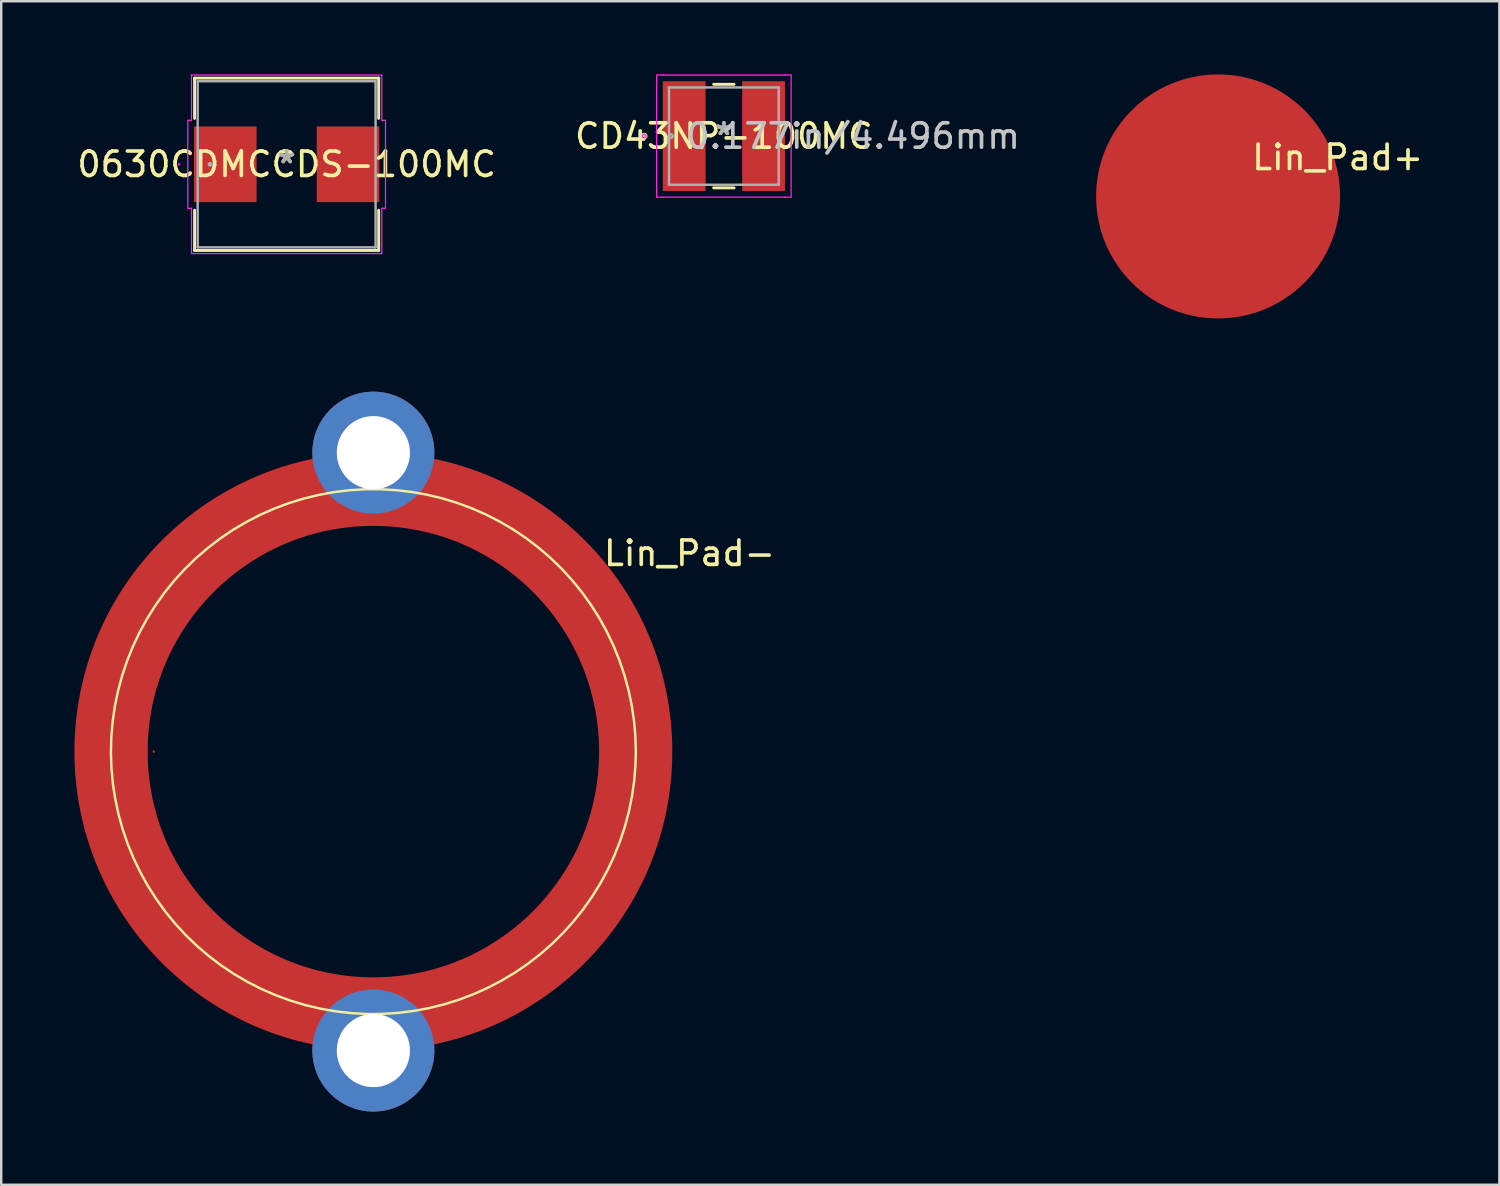
<source format=kicad_pcb>
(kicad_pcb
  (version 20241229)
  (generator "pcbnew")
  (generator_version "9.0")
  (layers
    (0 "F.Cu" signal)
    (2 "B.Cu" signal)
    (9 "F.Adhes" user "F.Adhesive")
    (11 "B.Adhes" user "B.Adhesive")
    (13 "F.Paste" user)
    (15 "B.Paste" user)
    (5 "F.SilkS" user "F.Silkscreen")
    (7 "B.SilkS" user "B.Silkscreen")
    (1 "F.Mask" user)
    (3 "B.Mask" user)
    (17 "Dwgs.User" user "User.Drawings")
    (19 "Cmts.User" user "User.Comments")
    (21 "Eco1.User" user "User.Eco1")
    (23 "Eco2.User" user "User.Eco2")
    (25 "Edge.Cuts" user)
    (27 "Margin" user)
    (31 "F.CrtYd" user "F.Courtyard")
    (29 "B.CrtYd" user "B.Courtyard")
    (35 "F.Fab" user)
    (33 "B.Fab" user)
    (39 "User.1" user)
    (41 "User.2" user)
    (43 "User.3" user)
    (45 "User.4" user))
  (footprint "Lin_Pad+"
    (layer "F.Cu")
    (at 46.867 5)
    (property "Reference" "Lin_Pad+" (at 4.9 -1.6 0) (layer "F.SilkS") (effects (font (size 1 1) (thickness 0.15))))
    (attr through_hole)
    (pad "1" smd circle (at 0 0) (size 10 10) (layers "F.Cu" "F.Mask" "F.Paste")))
  (footprint "Lin_Pad-"
    (layer "F.Cu")
    (at 12.25 27.75)
    (property "Reference" "Lin_Pad-" (at 12.954 -8.128 0) (layer "F.SilkS") (effects (font (size 1 1) (thickness 0.15))))
    (attr through_hole)
    (fp_circle (center 0 0) (end 10.75 0) (stroke (width 3) (type solid)) (fill no) (layer "F.Cu"))
    (fp_circle (center 0 0) (end 10.75 0) (stroke (width 3) (type solid)) (fill no) (layer "F.Mask"))
    (fp_poly (pts (xy 10.755 0) (xy 10.736 -0.638) (xy 10.679 -1.273) (xy 10.585 -1.905) (xy 10.453 -2.529) (xy 10.285 -3.144) (xy 10.08 -3.749) (xy 9.84 -4.34) (xy 9.566 -4.916) (xy 9.257 -5.475) (xy 8.916 -6.014) (xy 8.544 -6.532) (xy 8.141 -7.027) (xy 7.71 -7.498) (xy 7.252 -7.942) (xy 6.768 -8.358) (xy 6.261 -8.745) (xy 5.731 -9.101) (xy 5.181 -9.425) (xy 4.613 -9.715) (xy 4.029 -9.972) (xy 3.43 -10.193) (xy 2.82 -10.379) (xy 2.199 -10.528) (xy 1.571 -10.64) (xy 0.937 -10.714) (xy 0.3 -10.751) (xy -0.338 -10.75) (xy -0.975 -10.711) (xy -1.608 -10.634) (xy -2.236 -10.52) (xy -2.856 -10.369) (xy -3.466 -10.181) (xy -4.064 -9.958) (xy -4.647 -9.699) (xy -5.214 -9.406) (xy -5.763 -9.081) (xy -6.291 -8.723) (xy -6.797 -8.334) (xy -7.28 -7.917) (xy -7.736 -7.471) (xy -8.166 -6.999) (xy -8.567 -6.502) (xy -8.937 -5.983) (xy -9.276 -5.442) (xy -9.583 -4.883) (xy -9.855 -4.306) (xy -10.093 -3.714) (xy -10.296 -3.109) (xy -10.462 -2.492) (xy -10.592 -1.868) (xy -10.684 -1.236) (xy -10.738 -0.6) (xy -10.755 0.038) (xy -10.734 0.675) (xy -10.675 1.311) (xy -10.578 1.941) (xy -10.444 2.565) (xy -10.274 3.18) (xy -10.067 3.784) (xy -9.825 4.374) (xy -9.548 4.949) (xy -9.238 5.507) (xy -8.895 6.045) (xy -8.521 6.562) (xy -8.117 7.056) (xy -7.684 7.525) (xy -7.224 7.967) (xy -6.739 8.382) (xy -6.23 8.767) (xy -5.699 9.121) (xy -5.148 9.443) (xy -4.579 9.731) (xy -3.994 9.986) (xy -3.395 10.205) (xy -2.784 10.388) (xy -2.163 10.535) (xy -1.534 10.645) (xy -0.9 10.717) (xy -0.263 10.752) (xy 0.375 10.748) (xy 1.012 10.707) (xy 1.645 10.628) (xy 2.273 10.512) (xy 2.892 10.359) (xy 3.501 10.169) (xy 4.098 9.943) (xy 4.681 9.683) (xy 5.247 9.388) (xy 5.794 9.06) (xy 6.322 8.701) (xy 6.826 8.311) (xy 7.307 7.891) (xy 7.762 7.444) (xy 8.19 6.97) (xy 8.589 6.472) (xy 8.958 5.952) (xy 9.295 5.41) (xy 9.6 4.849) (xy 9.87 4.271) (xy 10.106 3.678) (xy 10.307 3.073) (xy 10.471 2.456) (xy 10.598 1.831) (xy 10.688 1.199) (xy 10.74 0.563)) (stroke (width 0.1) (type solid)) (fill no) (layer "F.SilkS"))
    (pad "1" smd circle (at -10.75 0) (size 1.524 1.524) (layers "F.Cu" "F.Mask" "F.Paste"))
    (pad "1" smd circle (at -9 0) (size 0.1 0.1) (layers "F.Cu" "F.Mask" "F.Paste"))
    (pad "1" smd circle (at -7.366 -7.874) (size 1.524 1.524) (layers "F.Cu" "F.Mask" "F.Paste"))
    (pad "1" smd circle (at -6.858 8.128) (size 1.524 1.524) (layers "F.Cu" "F.Mask" "F.Paste"))
    (pad "1" smd circle (at 6.096 -8.636) (size 1.524 1.524) (layers "F.Cu" "F.Mask" "F.Paste"))
    (pad "1" smd circle (at 7.62 7.366) (size 1.524 1.524) (layers "F.Cu" "F.Mask" "F.Paste"))
    (pad "1" smd circle (at 10.75 0) (size 1.524 1.524) (layers "F.Cu" "F.Mask" "F.Paste"))
    (pad "m1" thru_hole circle (at 0 12.25) (size 5 5) (drill 3) (layers "*.Cu" "*.Mask"))
    (pad "m2" thru_hole circle (at 0 -12.25) (size 5 5) (drill 3) (layers "*.Cu" "*.Mask"))
    (zone (net_name "") (layer "F.Cu") (hatch edge 0.508) (connect_pads yes) (min_thickness 0.254) (filled_areas_thickness no) (fill) (polygon (pts (xy 23.005 27.75) (xy 22.986 27.112) (xy 22.929 26.477) (xy 22.835 25.845) (xy 22.703 25.221) (xy 22.535 24.606) (xy 22.33 24.001) (xy 22.09 23.41) (xy 21.816 22.834) (xy 21.507 22.275) (xy 21.166 21.736) (xy 20.794 21.218) (xy 20.391 20.723) (xy 19.96 20.252) (xy 19.502 19.808) (xy 19.018 19.392) (xy 18.511 19.005) (xy 17.981 18.649) (xy 17.431 18.325) (xy 16.863 18.035) (xy 16.279 17.778) (xy 15.68 17.557) (xy 15.07 17.371) (xy 14.449 17.222) (xy 13.821 17.11) (xy 13.187 17.036) (xy 12.55 16.999) (xy 11.912 17) (xy 11.275 17.039) (xy 10.642 17.116) (xy 10.014 17.23) (xy 9.394 17.381) (xy 8.784 17.569) (xy 8.186 17.792) (xy 7.603 18.051) (xy 7.036 18.344) (xy 6.487 18.669) (xy 5.959 19.027) (xy 5.453 19.416) (xy 4.97 19.833) (xy 4.514 20.279) (xy 4.084 20.751) (xy 3.683 21.248) (xy 3.313 21.767) (xy 2.974 22.308) (xy 2.667 22.867) (xy 2.395 23.444) (xy 2.157 24.036) (xy 1.954 24.641) (xy 1.788 25.258) (xy 1.658 25.882) (xy 1.566 26.514) (xy 1.512 27.15) (xy 1.495 27.788) (xy 1.516 28.425) (xy 1.575 29.061) (xy 1.672 29.691) (xy 1.806 30.315) (xy 1.976 30.93) (xy 2.183 31.534) (xy 2.425 32.124) (xy 2.702 32.699) (xy 3.012 33.257) (xy 3.355 33.795) (xy 3.729 34.312) (xy 4.133 34.806) (xy 4.566 35.275) (xy 5.026 35.717) (xy 5.511 36.132) (xy 6.02 36.517) (xy 6.551 36.871) (xy 7.102 37.193) (xy 7.671 37.481) (xy 8.256 37.736) (xy 8.855 37.955) (xy 9.466 38.138) (xy 10.087 38.285) (xy 10.716 38.395) (xy 11.35 38.467) (xy 11.987 38.502) (xy 12.625 38.498) (xy 13.262 38.457) (xy 13.895 38.378) (xy 14.523 38.262) (xy 15.142 38.109) (xy 15.751 37.919) (xy 16.348 37.693) (xy 16.931 37.433) (xy 17.497 37.138) (xy 18.044 36.81) (xy 18.572 36.451) (xy 19.076 36.061) (xy 19.557 35.641) (xy 20.012 35.194) (xy 20.44 34.72) (xy 20.839 34.222) (xy 21.208 33.702) (xy 21.545 33.16) (xy 21.85 32.599) (xy 22.12 32.021) (xy 22.356 31.428) (xy 22.557 30.823) (xy 22.721 30.206) (xy 22.848 29.581) (xy 22.938 28.949) (xy 22.99 28.313)))))
  (footprint "CD43NP-100MC"
    (layer "F.Cu")
    (at 26.613 2.527)
    (property "Reference" "CD43NP-100MC" (at 0 0 0) (layer "F.SilkS") (effects (font (size 1 1) (thickness 0.15))))
    (attr through_hole)
    (fp_line (start -0.417 2.121) (end 0.417 2.121) (stroke (width 0.12) (type solid)) (layer "F.SilkS"))
    (fp_line (start 0.417 -2.121) (end -0.417 -2.121) (stroke (width 0.12) (type solid)) (layer "F.SilkS"))
    (fp_circle (center -3.264 0) (end -3.188 0) (stroke (width 0.12) (type solid)) (fill no) (layer "F.SilkS"))
    (fp_line (start -2.756 -2.502) (end -2.502 -2.502) (stroke (width 0.05) (type solid)) (layer "F.CrtYd"))
    (fp_line (start -2.756 2.502) (end -2.756 -2.502) (stroke (width 0.05) (type solid)) (layer "F.CrtYd"))
    (fp_line (start -2.502 -2.502) (end -2.502 -2.502) (stroke (width 0.05) (type solid)) (layer "F.CrtYd"))
    (fp_line (start -2.502 -2.502) (end 2.502 -2.502) (stroke (width 0.05) (type solid)) (layer "F.CrtYd"))
    (fp_line (start -2.502 2.502) (end -2.756 2.502) (stroke (width 0.05) (type solid)) (layer "F.CrtYd"))
    (fp_line (start -2.502 2.502) (end -2.502 2.502) (stroke (width 0.05) (type solid)) (layer "F.CrtYd"))
    (fp_line (start 2.502 -2.502) (end 2.502 -2.502) (stroke (width 0.05) (type solid)) (layer "F.CrtYd"))
    (fp_line (start 2.502 -2.502) (end 2.756 -2.502) (stroke (width 0.05) (type solid)) (layer "F.CrtYd"))
    (fp_line (start 2.502 2.502) (end -2.502 2.502) (stroke (width 0.05) (type solid)) (layer "F.CrtYd"))
    (fp_line (start 2.502 2.502) (end 2.502 2.502) (stroke (width 0.05) (type solid)) (layer "F.CrtYd"))
    (fp_line (start 2.756 -2.502) (end 2.756 2.502) (stroke (width 0.05) (type solid)) (layer "F.CrtYd"))
    (fp_line (start 2.756 2.502) (end 2.502 2.502) (stroke (width 0.05) (type solid)) (layer "F.CrtYd"))
    (fp_circle (center -3.264 0) (end -3.188 0) (stroke (width 0.05) (type solid)) (fill no) (layer "F.CrtYd"))
    (fp_line (start -2.248 -1.994) (end -2.248 1.994) (stroke (width 0.1) (type solid)) (layer "F.Fab"))
    (fp_line (start -2.248 1.994) (end 2.248 1.994) (stroke (width 0.1) (type solid)) (layer "F.Fab"))
    (fp_line (start 2.248 -1.994) (end -2.248 -1.994) (stroke (width 0.1) (type solid)) (layer "F.Fab"))
    (fp_line (start 2.248 1.994) (end 2.248 -1.994) (stroke (width 0.1) (type solid)) (layer "F.Fab"))
    (fp_circle (center -2.172 0) (end -2.095 0) (stroke (width 0.1) (type solid)) (fill no) (layer "F.Fab"))
    (fp_text user "*" (at 0 0 0) (layer "F.SilkS") (effects (font (size 1 1) (thickness 0.15))))
    (fp_text user "0.177in/4.496mm" (at 5.296 0 0) (layer "Dwgs.User") (effects (font (size 1 1) (thickness 0.15))))
    (fp_text user "Copyright 2021 Accelerated Designs. All rights reserved." (at 0 0 0) (layer "Cmts.User") (effects (font (size 0.127 0.127) (thickness 0.002))))
    (fp_text user "*" (at 0 0 0) (layer "F.Fab") (effects (font (size 1 1) (thickness 0.15))))
    (pad "1" smd rect (at -1.626 0) (size 1.753 4.496) (layers "F.Cu" "F.Mask" "F.Paste"))
    (pad "2" smd rect (at 1.626 0) (size 1.753 4.496) (layers "F.Cu" "F.Mask" "F.Paste")))
  (footprint "0630CDMCCDS-100MC"
    (layer "F.Cu")
    (at 8.696 3.683)
    (property "Reference" "0630CDMCCDS-100MC" (at 0 0 0) (layer "F.SilkS") (effects (font (size 1 1) (thickness 0.15))))
    (attr through_hole)
    (fp_line (start -3.772 -3.531) (end -3.772 -1.882) (stroke (width 0.12) (type solid)) (layer "F.SilkS"))
    (fp_line (start -3.772 1.882) (end -3.772 3.531) (stroke (width 0.12) (type solid)) (layer "F.SilkS"))
    (fp_line (start -3.772 3.531) (end 3.772 3.531) (stroke (width 0.12) (type solid)) (layer "F.SilkS"))
    (fp_line (start 3.772 -3.531) (end -3.772 -3.531) (stroke (width 0.12) (type solid)) (layer "F.SilkS"))
    (fp_line (start 3.772 -1.882) (end 3.772 -3.531) (stroke (width 0.12) (type solid)) (layer "F.SilkS"))
    (fp_line (start 3.772 3.531) (end 3.772 1.882) (stroke (width 0.12) (type solid)) (layer "F.SilkS"))
    (fp_line (start -4.051 -1.803) (end -3.899 -1.803) (stroke (width 0.05) (type solid)) (layer "F.CrtYd"))
    (fp_line (start -4.051 1.803) (end -4.051 -1.803) (stroke (width 0.05) (type solid)) (layer "F.CrtYd"))
    (fp_line (start -3.899 -3.658) (end 3.899 -3.658) (stroke (width 0.05) (type solid)) (layer "F.CrtYd"))
    (fp_line (start -3.899 -1.803) (end -3.899 -3.658) (stroke (width 0.05) (type solid)) (layer "F.CrtYd"))
    (fp_line (start -3.899 1.803) (end -4.051 1.803) (stroke (width 0.05) (type solid)) (layer "F.CrtYd"))
    (fp_line (start -3.899 3.658) (end -3.899 1.803) (stroke (width 0.05) (type solid)) (layer "F.CrtYd"))
    (fp_line (start 3.899 -3.658) (end 3.899 -1.803) (stroke (width 0.05) (type solid)) (layer "F.CrtYd"))
    (fp_line (start 3.899 -1.803) (end 4.051 -1.803) (stroke (width 0.05) (type solid)) (layer "F.CrtYd"))
    (fp_line (start 3.899 1.803) (end 3.899 3.658) (stroke (width 0.05) (type solid)) (layer "F.CrtYd"))
    (fp_line (start 3.899 3.658) (end -3.899 3.658) (stroke (width 0.05) (type solid)) (layer "F.CrtYd"))
    (fp_line (start 4.051 -1.803) (end 4.051 1.803) (stroke (width 0.05) (type solid)) (layer "F.CrtYd"))
    (fp_line (start 4.051 1.803) (end 3.899 1.803) (stroke (width 0.05) (type solid)) (layer "F.CrtYd"))
    (fp_circle (center -4.407 0) (end -4.407 0) (stroke (width 0.05) (type solid)) (fill no) (layer "F.CrtYd"))
    (fp_line (start -3.645 -3.404) (end -3.645 3.404) (stroke (width 0.1) (type solid)) (layer "F.Fab"))
    (fp_line (start -3.645 3.404) (end 3.645 3.404) (stroke (width 0.1) (type solid)) (layer "F.Fab"))
    (fp_line (start 3.645 -3.404) (end -3.645 -3.404) (stroke (width 0.1) (type solid)) (layer "F.Fab"))
    (fp_line (start 3.645 3.404) (end 3.645 -3.404) (stroke (width 0.1) (type solid)) (layer "F.Fab"))
    (fp_circle (center -3.137 0) (end -3.137 0) (stroke (width 0.1) (type solid)) (fill no) (layer "F.Fab"))
    (fp_text user "*" (at 0 0 0) (layer "F.SilkS") (effects (font (size 1 1) (thickness 0.15))))
    (fp_text user "*" (at 0 0 0) (layer "F.Fab") (effects (font (size 1 1) (thickness 0.15))))
    (pad "1" smd rect (at -2.515 0 90) (size 3.099 2.565) (layers "F.Cu" "F.Mask" "F.Paste"))
    (pad "2" smd rect (at 2.515 0 90) (size 3.099 2.565) (layers "F.Cu" "F.Mask" "F.Paste")))
  (gr_rect
    (start -3 -3)
    (end 58.392 45.5)
    (stroke (width 0.1) (type default))
    (fill no)
    (layer "Edge.Cuts")))
</source>
